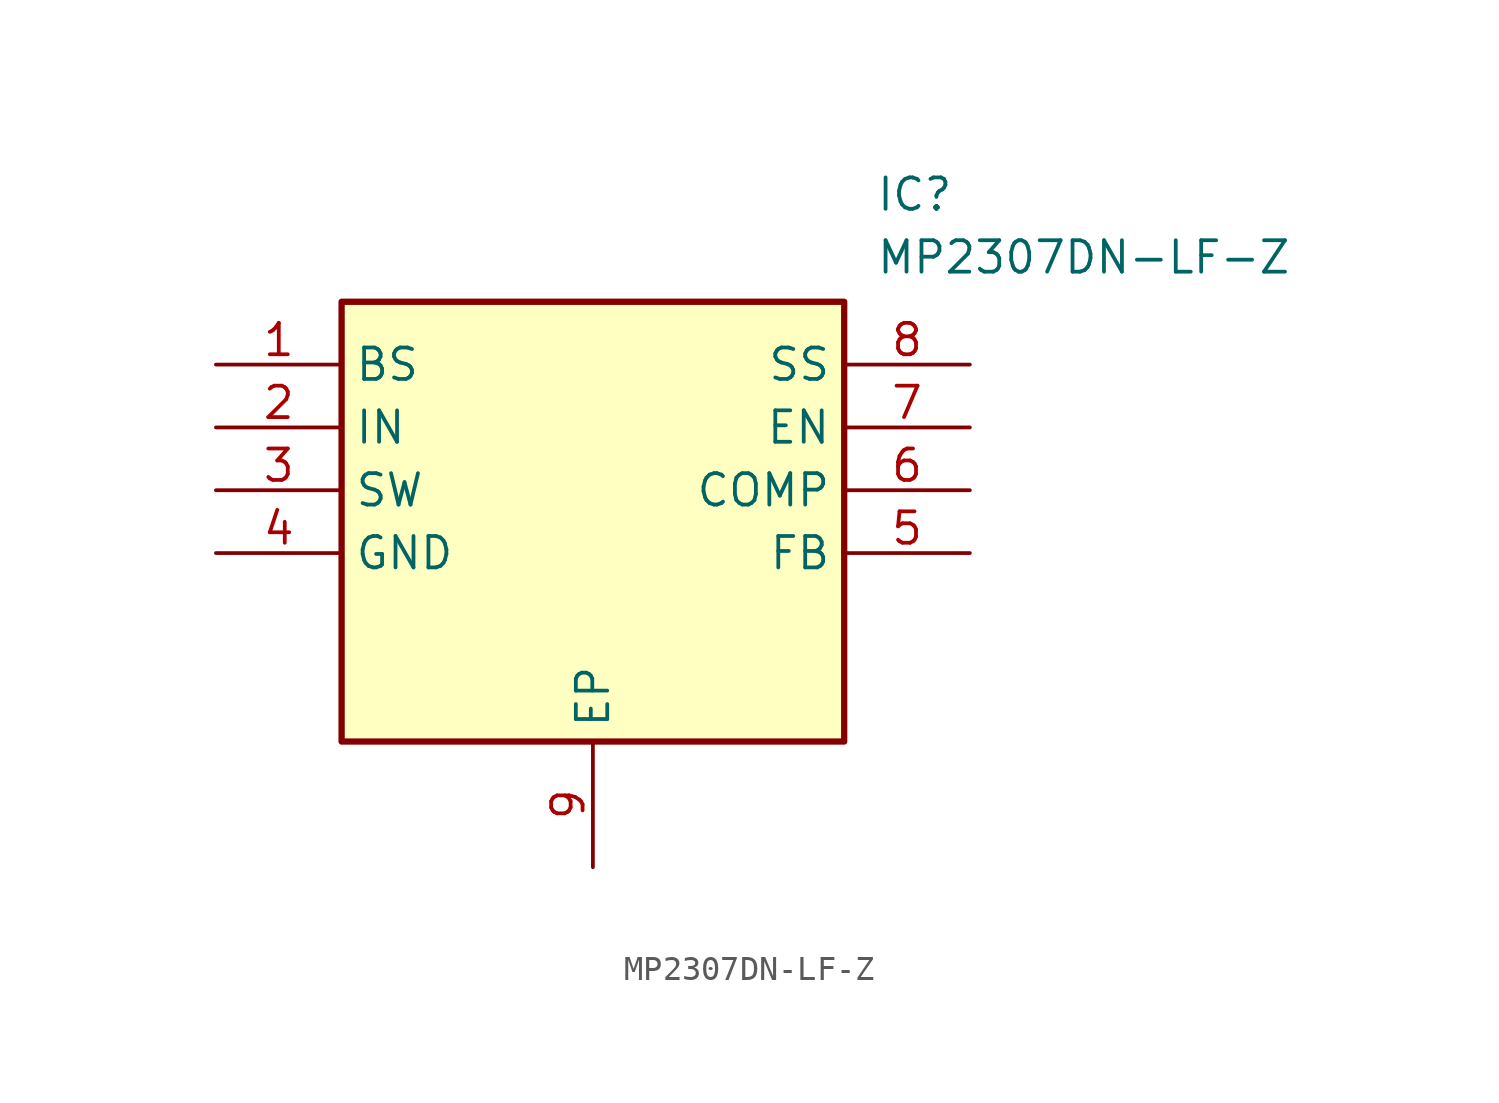
<source format=kicad_sym>
(kicad_symbol_lib
  (version 20211014)
  (generator SamacSys_ECAD_Model)
  (symbol "MP2307DN-LF-Z"
    (property "Reference" "IC"
      (at 26.67 7.62 0)
      (effects (font (size 1.27 1.27)) (justify left top)))
    (property "Value" "MP2307DN-LF-Z"
      (at 26.67 5.08 0)
      (effects (font (size 1.27 1.27)) (justify left top)))
    (rectangle
      (start 5.08 2.54)
      (end 25.4 -15.24)
      (stroke (width 0.254) (type default))
      (fill (type background)))
    (pin passive line
      (at 0 0 0)
      (length 5.08)
      (name "BS" (effects (font (size 1.27 1.27))))
      (number "1" (effects (font (size 1.27 1.27)))))
    (pin passive line
      (at 0 -2.54 0)
      (length 5.08)
      (name "IN" (effects (font (size 1.27 1.27))))
      (number "2" (effects (font (size 1.27 1.27)))))
    (pin passive line
      (at 0 -5.08 0)
      (length 5.08)
      (name "SW" (effects (font (size 1.27 1.27))))
      (number "3" (effects (font (size 1.27 1.27)))))
    (pin passive line
      (at 0 -7.62 0)
      (length 5.08)
      (name "GND" (effects (font (size 1.27 1.27))))
      (number "4" (effects (font (size 1.27 1.27)))))
    (pin passive line
      (at 15.24 -20.32 90)
      (length 5.08)
      (name "EP" (effects (font (size 1.27 1.27))))
      (number "9" (effects (font (size 1.27 1.27)))))
    (pin passive line
      (at 30.48 0 180)
      (length 5.08)
      (name "SS" (effects (font (size 1.27 1.27))))
      (number "8" (effects (font (size 1.27 1.27)))))
    (pin passive line
      (at 30.48 -2.54 180)
      (length 5.08)
      (name "EN" (effects (font (size 1.27 1.27))))
      (number "7" (effects (font (size 1.27 1.27)))))
    (pin passive line
      (at 30.48 -5.08 180)
      (length 5.08)
      (name "COMP" (effects (font (size 1.27 1.27))))
      (number "6" (effects (font (size 1.27 1.27)))))
    (pin passive line
      (at 30.48 -7.62 180)
      (length 5.08)
      (name "FB" (effects (font (size 1.27 1.27))))
      (number "5" (effects (font (size 1.27 1.27)))))))
</source>
